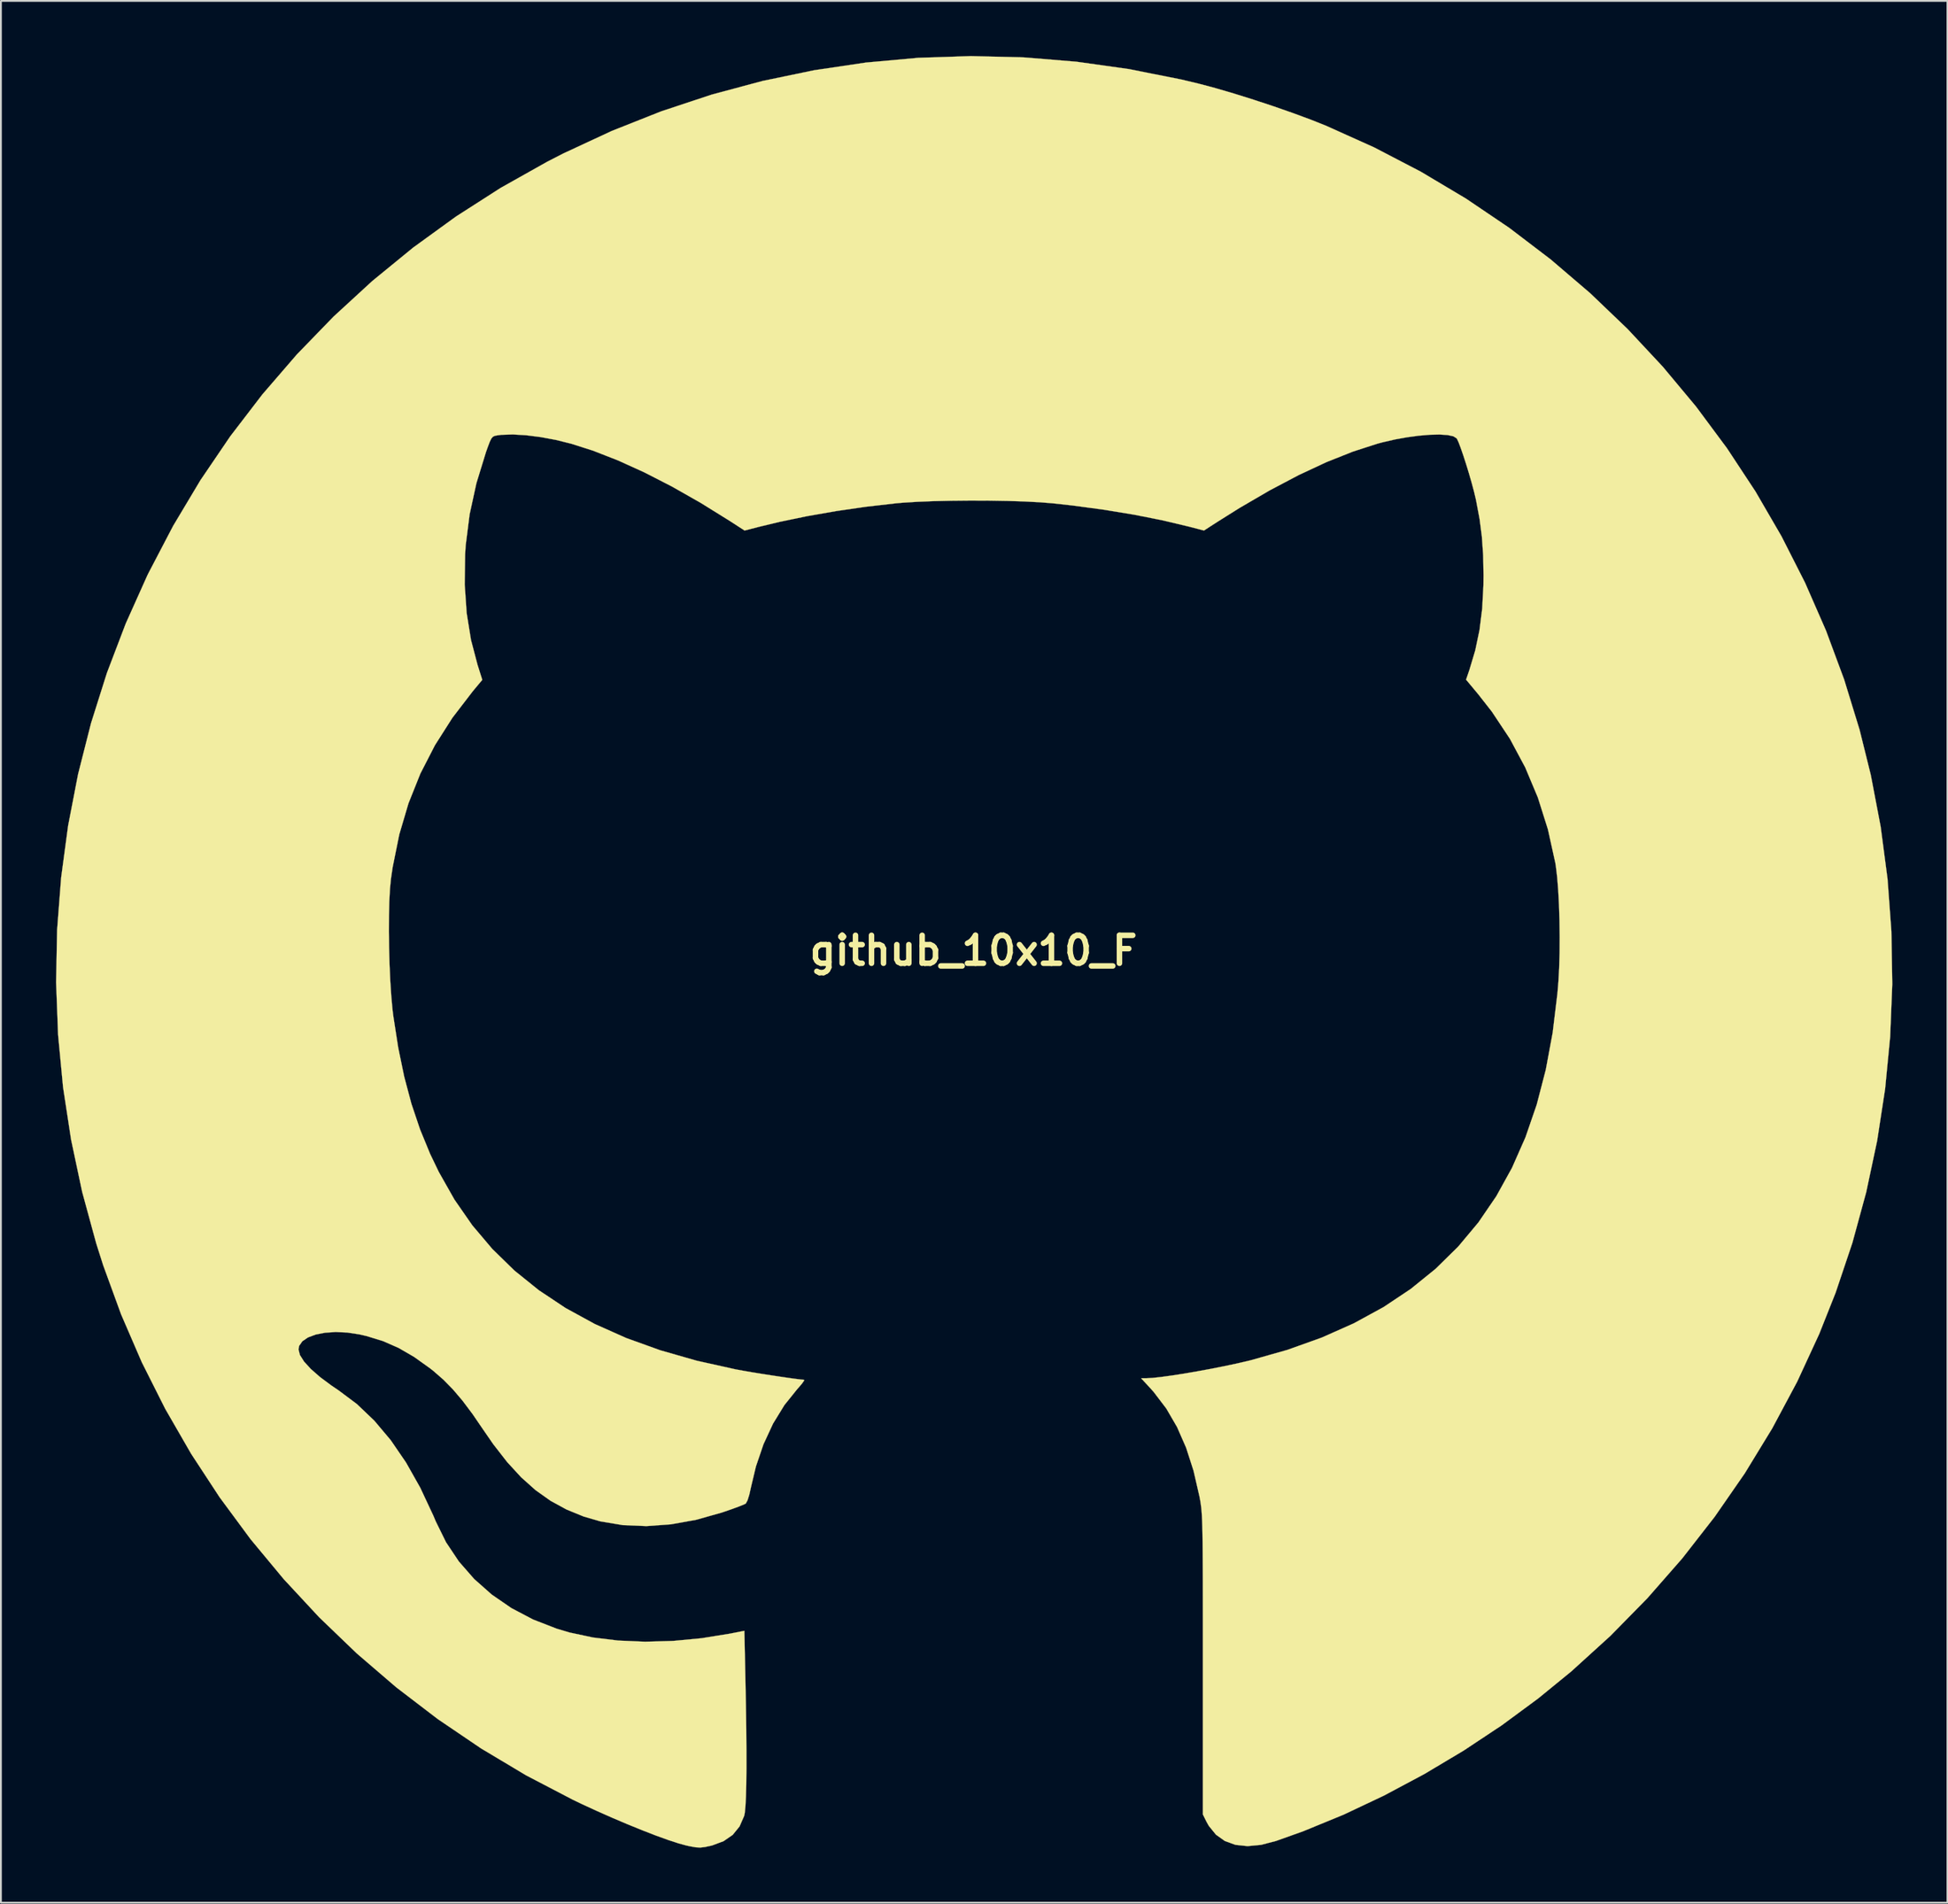
<source format=kicad_pcb>
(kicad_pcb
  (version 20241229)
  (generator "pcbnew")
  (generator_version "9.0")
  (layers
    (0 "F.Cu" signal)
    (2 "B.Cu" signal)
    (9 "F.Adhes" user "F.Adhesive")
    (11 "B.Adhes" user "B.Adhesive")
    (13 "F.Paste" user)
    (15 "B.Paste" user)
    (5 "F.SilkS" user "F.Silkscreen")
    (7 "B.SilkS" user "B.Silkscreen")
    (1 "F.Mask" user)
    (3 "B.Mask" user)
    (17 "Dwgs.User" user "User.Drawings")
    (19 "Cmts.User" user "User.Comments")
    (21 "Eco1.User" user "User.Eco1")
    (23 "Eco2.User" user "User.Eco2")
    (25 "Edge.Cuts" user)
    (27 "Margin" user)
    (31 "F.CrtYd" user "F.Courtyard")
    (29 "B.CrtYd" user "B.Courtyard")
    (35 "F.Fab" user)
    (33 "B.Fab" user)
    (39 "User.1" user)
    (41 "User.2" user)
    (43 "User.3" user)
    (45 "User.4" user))
  (footprint "github_10x10_F"
    (layer "F.Cu")
    (at 49.944 48.71)
    (property "Reference" "github_10x10_F" (at 0 0 0) (layer "F.SilkS") (effects (font (size 1.524 1.524) (thickness 0.3))))
    (attr through_hole)
    (fp_poly (pts (xy 2.733 -48.635) (xy 5.605 -48.399) (xy 8.471 -47.997) (xy 11.324 -47.428) (xy 12.277 -47.2) (xy 13.17 -46.962) (xy 14.172 -46.669) (xy 15.235 -46.336) (xy 16.315 -45.979) (xy 17.366 -45.612) (xy 18.341 -45.252) (xy 19.177 -44.92) (xy 21.81 -43.735) (xy 24.356 -42.409) (xy 26.809 -40.947) (xy 29.165 -39.354) (xy 31.421 -37.635) (xy 33.57 -35.797) (xy 35.609 -33.845) (xy 37.533 -31.783) (xy 39.338 -29.618) (xy 41.018 -27.355) (xy 42.57 -24.999) (xy 43.988 -22.556) (xy 45.269 -20.031) (xy 46.407 -17.43) (xy 47.398 -14.758) (xy 48.238 -12.021) (xy 48.847 -9.567) (xy 49.385 -6.748) (xy 49.759 -3.904) (xy 49.969 -1.045) (xy 50.017 1.82) (xy 49.902 4.682) (xy 49.627 7.531) (xy 49.192 10.36) (xy 48.597 13.157) (xy 47.844 15.915) (xy 46.933 18.625) (xy 46.041 20.87) (xy 44.838 23.475) (xy 43.485 26.007) (xy 41.988 28.46) (xy 40.351 30.824) (xy 38.583 33.093) (xy 36.687 35.258) (xy 34.671 37.312) (xy 32.541 39.247) (xy 30.734 40.723) (xy 28.755 42.182) (xy 26.683 43.557) (xy 24.541 44.835) (xy 22.355 46.002) (xy 20.151 47.044) (xy 17.953 47.947) (xy 16.472 48.476) (xy 15.66 48.688) (xy 14.921 48.758) (xy 14.26 48.688) (xy 13.684 48.479) (xy 13.199 48.134) (xy 12.81 47.654) (xy 12.686 47.431) (xy 12.488 47.032) (xy 12.488 38.862) (xy 12.488 37.503) (xy 12.488 36.302) (xy 12.487 35.248) (xy 12.486 34.33) (xy 12.483 33.537) (xy 12.479 32.857) (xy 12.474 32.28) (xy 12.467 31.794) (xy 12.459 31.387) (xy 12.448 31.05) (xy 12.435 30.771) (xy 12.419 30.538) (xy 12.401 30.34) (xy 12.379 30.167) (xy 12.355 30.006) (xy 12.327 29.848) (xy 12.302 29.718) (xy 11.981 28.322) (xy 11.576 27.065) (xy 11.082 25.938) (xy 10.496 24.93) (xy 9.812 24.032) (xy 9.616 23.812) (xy 9.126 23.283) (xy 9.427 23.283) (xy 9.758 23.265) (xy 10.227 23.214) (xy 10.804 23.134) (xy 11.46 23.032) (xy 12.169 22.91) (xy 12.901 22.776) (xy 13.627 22.632) (xy 14.321 22.485) (xy 14.953 22.339) (xy 15.091 22.305) (xy 17.096 21.737) (xy 18.969 21.066) (xy 20.71 20.291) (xy 22.32 19.411) (xy 23.802 18.423) (xy 25.156 17.327) (xy 26.383 16.121) (xy 27.485 14.803) (xy 28.463 13.371) (xy 29.317 11.826) (xy 30.05 10.164) (xy 30.663 8.384) (xy 31.156 6.486) (xy 31.531 4.467) (xy 31.79 2.326) (xy 31.842 1.701) (xy 31.884 0.955) (xy 31.908 0.13) (xy 31.913 -0.74) (xy 31.902 -1.622) (xy 31.875 -2.482) (xy 31.832 -3.287) (xy 31.775 -4.004) (xy 31.704 -4.597) (xy 31.674 -4.784) (xy 31.271 -6.605) (xy 30.725 -8.334) (xy 30.036 -9.976) (xy 29.202 -11.534) (xy 28.221 -13.011) (xy 27.478 -13.96) (xy 26.816 -14.755) (xy 26.994 -15.273) (xy 27.316 -16.347) (xy 27.547 -17.45) (xy 27.694 -18.619) (xy 27.761 -19.891) (xy 27.767 -20.447) (xy 27.746 -21.546) (xy 27.676 -22.545) (xy 27.551 -23.506) (xy 27.366 -24.493) (xy 27.345 -24.594) (xy 27.248 -24.999) (xy 27.122 -25.47) (xy 26.977 -25.973) (xy 26.823 -26.477) (xy 26.67 -26.95) (xy 26.528 -27.361) (xy 26.408 -27.679) (xy 26.318 -27.87) (xy 26.304 -27.891) (xy 26.128 -28.004) (xy 25.812 -28.073) (xy 25.378 -28.101) (xy 24.85 -28.089) (xy 24.251 -28.039) (xy 23.603 -27.952) (xy 22.93 -27.83) (xy 22.255 -27.674) (xy 21.986 -27.602) (xy 20.644 -27.168) (xy 19.215 -26.598) (xy 17.706 -25.894) (xy 16.125 -25.06) (xy 14.48 -24.101) (xy 13.279 -23.347) (xy 12.546 -22.874) (xy 11.755 -23.081) (xy 10.324 -23.422) (xy 8.761 -23.733) (xy 7.103 -24.007) (xy 5.385 -24.238) (xy 4.318 -24.356) (xy 3.62 -24.412) (xy 2.787 -24.455) (xy 1.856 -24.485) (xy 0.861 -24.502) (xy -0.163 -24.506) (xy -1.18 -24.496) (xy -2.157 -24.474) (xy -3.058 -24.438) (xy -3.847 -24.389) (xy -4.233 -24.355) (xy -5.842 -24.17) (xy -7.464 -23.935) (xy -9.053 -23.657) (xy -10.56 -23.345) (xy -11.67 -23.078) (xy -12.46 -22.874) (xy -13.279 -23.404) (xy -14.86 -24.386) (xy -16.409 -25.266) (xy -17.911 -26.037) (xy -19.353 -26.692) (xy -20.72 -27.225) (xy -21.897 -27.6) (xy -22.725 -27.806) (xy -23.554 -27.961) (xy -24.349 -28.062) (xy -25.073 -28.105) (xy -25.694 -28.085) (xy -25.924 -28.056) (xy -26.063 -28.028) (xy -26.165 -27.978) (xy -26.25 -27.877) (xy -26.337 -27.695) (xy -26.448 -27.401) (xy -26.538 -27.147) (xy -27.06 -25.449) (xy -27.429 -23.756) (xy -27.641 -22.086) (xy -27.674 -21.59) (xy -27.697 -19.937) (xy -27.591 -18.382) (xy -27.354 -16.914) (xy -26.999 -15.563) (xy -26.74 -14.743) (xy -27.259 -14.121) (xy -28.367 -12.677) (xy -29.316 -11.186) (xy -30.111 -9.638) (xy -30.757 -8.022) (xy -31.258 -6.328) (xy -31.619 -4.543) (xy -31.714 -3.895) (xy -31.766 -3.354) (xy -31.802 -2.676) (xy -31.821 -1.895) (xy -31.825 -1.042) (xy -31.814 -0.15) (xy -31.789 0.749) (xy -31.75 1.624) (xy -31.697 2.44) (xy -31.632 3.167) (xy -31.585 3.556) (xy -31.318 5.276) (xy -30.991 6.862) (xy -30.598 8.338) (xy -30.129 9.732) (xy -29.579 11.07) (xy -29.106 12.053) (xy -28.253 13.56) (xy -27.284 14.956) (xy -26.196 16.242) (xy -24.989 17.421) (xy -23.658 18.494) (xy -22.201 19.463) (xy -20.617 20.329) (xy -18.902 21.094) (xy -17.053 21.76) (xy -15.07 22.328) (xy -12.948 22.8) (xy -12.912 22.807) (xy -12.534 22.876) (xy -12.075 22.955) (xy -11.566 23.038) (xy -11.037 23.121) (xy -10.521 23.199) (xy -10.049 23.268) (xy -9.653 23.322) (xy -9.363 23.357) (xy -9.22 23.368) (xy -9.229 23.424) (xy -9.334 23.573) (xy -9.516 23.788) (xy -9.589 23.868) (xy -10.294 24.746) (xy -10.912 25.755) (xy -11.431 26.875) (xy -11.844 28.087) (xy -12.108 29.194) (xy -12.204 29.623) (xy -12.3 29.931) (xy -12.39 30.097) (xy -12.404 30.11) (xy -12.531 30.172) (xy -12.786 30.273) (xy -13.137 30.402) (xy -13.549 30.545) (xy -13.707 30.598) (xy -15.104 30.992) (xy -16.473 31.237) (xy -17.803 31.333) (xy -19.085 31.28) (xy -20.308 31.077) (xy -21.219 30.813) (xy -22.152 30.431) (xy -23.02 29.957) (xy -23.838 29.377) (xy -24.622 28.677) (xy -25.385 27.846) (xy -26.145 26.869) (xy -26.699 26.065) (xy -27.278 25.219) (xy -27.815 24.504) (xy -28.333 23.894) (xy -28.852 23.364) (xy -29.397 22.889) (xy -29.58 22.744) (xy -30.452 22.121) (xy -31.294 21.633) (xy -32.144 21.26) (xy -33.041 20.985) (xy -33.442 20.893) (xy -34.097 20.793) (xy -34.723 20.765) (xy -35.3 20.804) (xy -35.808 20.904) (xy -36.226 21.06) (xy -36.534 21.268) (xy -36.71 21.522) (xy -36.745 21.712) (xy -36.668 22.018) (xy -36.441 22.378) (xy -36.072 22.781) (xy -35.571 23.22) (xy -34.944 23.686) (xy -34.586 23.927) (xy -33.57 24.686) (xy -32.616 25.596) (xy -31.723 26.657) (xy -30.891 27.873) (xy -30.117 29.244) (xy -29.401 30.773) (xy -29.274 31.075) (xy -28.713 32.215) (xy -28.013 33.263) (xy -27.181 34.215) (xy -26.225 35.062) (xy -25.153 35.8) (xy -23.972 36.421) (xy -22.689 36.92) (xy -21.993 37.127) (xy -20.719 37.399) (xy -19.338 37.567) (xy -17.873 37.629) (xy -16.352 37.587) (xy -14.798 37.439) (xy -13.237 37.187) (xy -13.2 37.179) (xy -12.473 37.035) (xy -12.417 39.621) (xy -12.389 41.069) (xy -12.37 42.372) (xy -12.361 43.525) (xy -12.36 44.526) (xy -12.369 45.373) (xy -12.387 46.061) (xy -12.414 46.588) (xy -12.45 46.951) (xy -12.483 47.112) (xy -12.734 47.686) (xy -13.107 48.145) (xy -13.605 48.489) (xy -14.228 48.721) (xy -14.296 48.737) (xy -14.618 48.807) (xy -14.868 48.836) (xy -15.112 48.824) (xy -15.418 48.77) (xy -15.621 48.726) (xy -16.054 48.609) (xy -16.614 48.426) (xy -17.279 48.186) (xy -18.024 47.897) (xy -18.826 47.571) (xy -19.661 47.216) (xy -20.506 46.842) (xy -21.337 46.459) (xy -21.802 46.236) (xy -24.347 44.908) (xy -26.802 43.441) (xy -29.162 41.841) (xy -31.421 40.113) (xy -33.575 38.263) (xy -35.619 36.298) (xy -37.546 34.223) (xy -39.354 32.045) (xy -41.035 29.768) (xy -42.586 27.4) (xy -44 24.947) (xy -45.274 22.413) (xy -46.401 19.805) (xy -47.377 17.129) (xy -47.755 15.94) (xy -48.522 13.128) (xy -49.123 10.294) (xy -49.559 7.445) (xy -49.831 4.587) (xy -49.939 1.726) (xy -49.884 -1.13) (xy -49.665 -3.975) (xy -49.285 -6.803) (xy -48.743 -9.606) (xy -48.039 -12.379) (xy -47.175 -15.114) (xy -46.15 -17.804) (xy -44.966 -20.444) (xy -44.919 -20.539) (xy -43.568 -23.126) (xy -42.08 -25.616) (xy -40.458 -28.004) (xy -38.708 -30.287) (xy -36.833 -32.46) (xy -34.838 -34.519) (xy -32.726 -36.46) (xy -30.503 -38.278) (xy -28.172 -39.969) (xy -25.738 -41.53) (xy -23.204 -42.954) (xy -22.33 -43.403) (xy -19.692 -44.629) (xy -17.003 -45.696) (xy -14.268 -46.603) (xy -11.495 -47.348) (xy -8.688 -47.932) (xy -5.856 -48.353) (xy -3.004 -48.611) (xy -0.139 -48.705) (xy 2.733 -48.635)) (stroke (width 0.01) (type solid)) (fill yes) (layer "F.SilkS")))
  (gr_rect
    (start -3 -3)
    (end 102.966 100.551)
    (stroke (width 0.1) (type default))
    (fill no)
    (layer "Edge.Cuts")))
</source>
